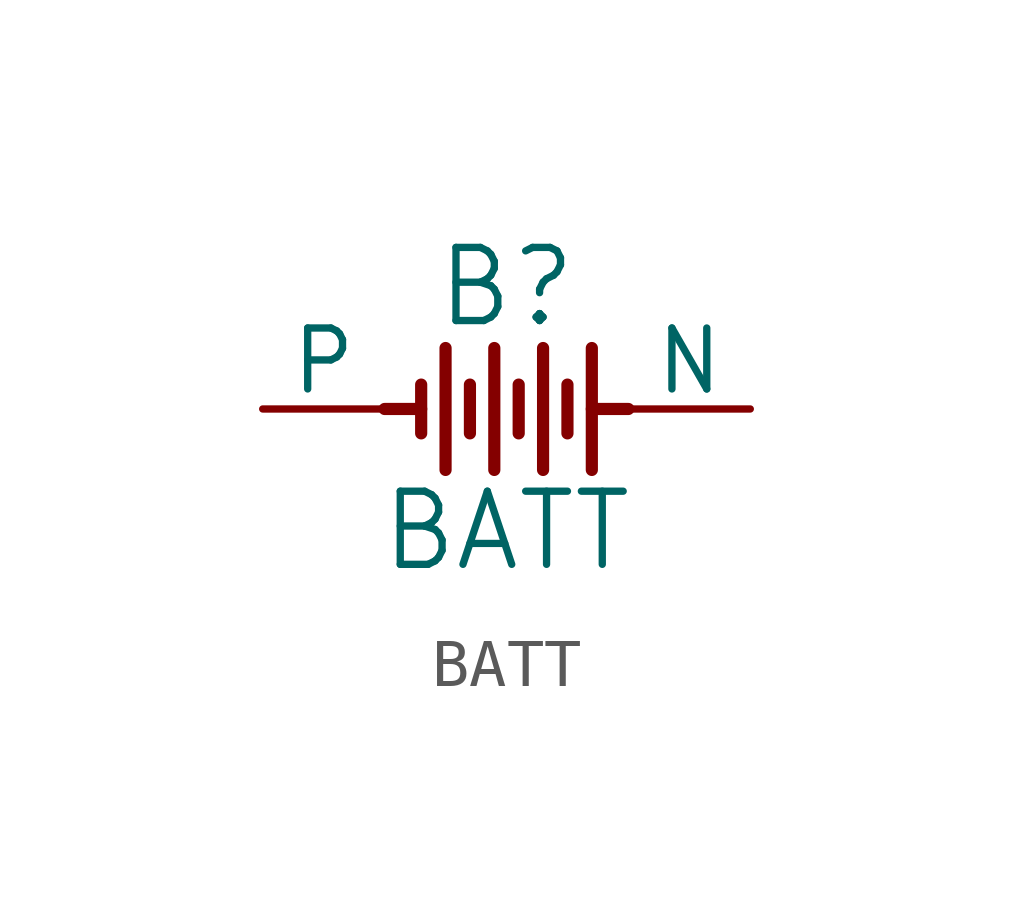
<source format=kicad_sym>
(kicad_symbol_lib
  (version 20211014)
  (generator kicad_symbol_editor)
  (symbol "BATT"
    (pin_numbers hide)
    (pin_names
      (offset 0))
    (property "Reference" "B"
      (at 0 2.54 0)
      (effects (font (size 1.524 1.524))))
    (property "Value" "BATT"
      (at 0 -2.54 0)
      (effects (font (size 1.524 1.524))))
    (property "Footprint" ""
      (at -2.667 0 0)
      (effects (font (size 1.524 1.524))))
    (property "Datasheet" ""
      (at -2.667 0 0)
      (effects (font (size 1.524 1.524))))
    (symbol "BATT_0_1"
      (polyline (pts (xy -2.54 0) (xy -1.778 0)) (stroke (width 0.254) (type default) (color 0 0 0 0)) (fill (type none)))
      (polyline (pts (xy -1.778 0.508) (xy -1.778 -0.508)) (stroke (width 0.254) (type default) (color 0 0 0 0)) (fill (type none)))
      (polyline (pts (xy -1.27 1.27) (xy -1.27 -1.27)) (stroke (width 0.254) (type default) (color 0 0 0 0)) (fill (type none)))
      (polyline (pts (xy -0.762 0.508) (xy -0.762 -0.508)) (stroke (width 0.254) (type default) (color 0 0 0 0)) (fill (type none)))
      (polyline (pts (xy -0.254 1.27) (xy -0.254 -1.27)) (stroke (width 0.254) (type default) (color 0 0 0 0)) (fill (type none)))
      (polyline (pts (xy 0.254 0.508) (xy 0.254 -0.508)) (stroke (width 0.254) (type default) (color 0 0 0 0)) (fill (type none)))
      (polyline (pts (xy 0.762 1.27) (xy 0.762 -1.27)) (stroke (width 0.254) (type default) (color 0 0 0 0)) (fill (type none)))
      (polyline (pts (xy 1.27 0.508) (xy 1.27 -0.508)) (stroke (width 0.254) (type default) (color 0 0 0 0)) (fill (type none)))
      (polyline (pts (xy 1.778 1.27) (xy 1.778 -1.27)) (stroke (width 0.254) (type default) (color 0 0 0 0)) (fill (type none)))
      (polyline (pts (xy 2.54 0) (xy 1.778 0)) (stroke (width 0.254) (type default) (color 0 0 0 0)) (fill (type none))))
    (symbol "BATT_1_1"
      (pin input line (at 5.08 0 180) (length 2.54) (name "N" (effects (font (size 1.27 1.27)))) (number "N" (effects (font (size 1.27 1.27)))))
      (pin input line (at -5.08 0 0) (length 2.54) (name "P" (effects (font (size 1.27 1.27)))) (number "P" (effects (font (size 1.27 1.27))))))))
</source>
